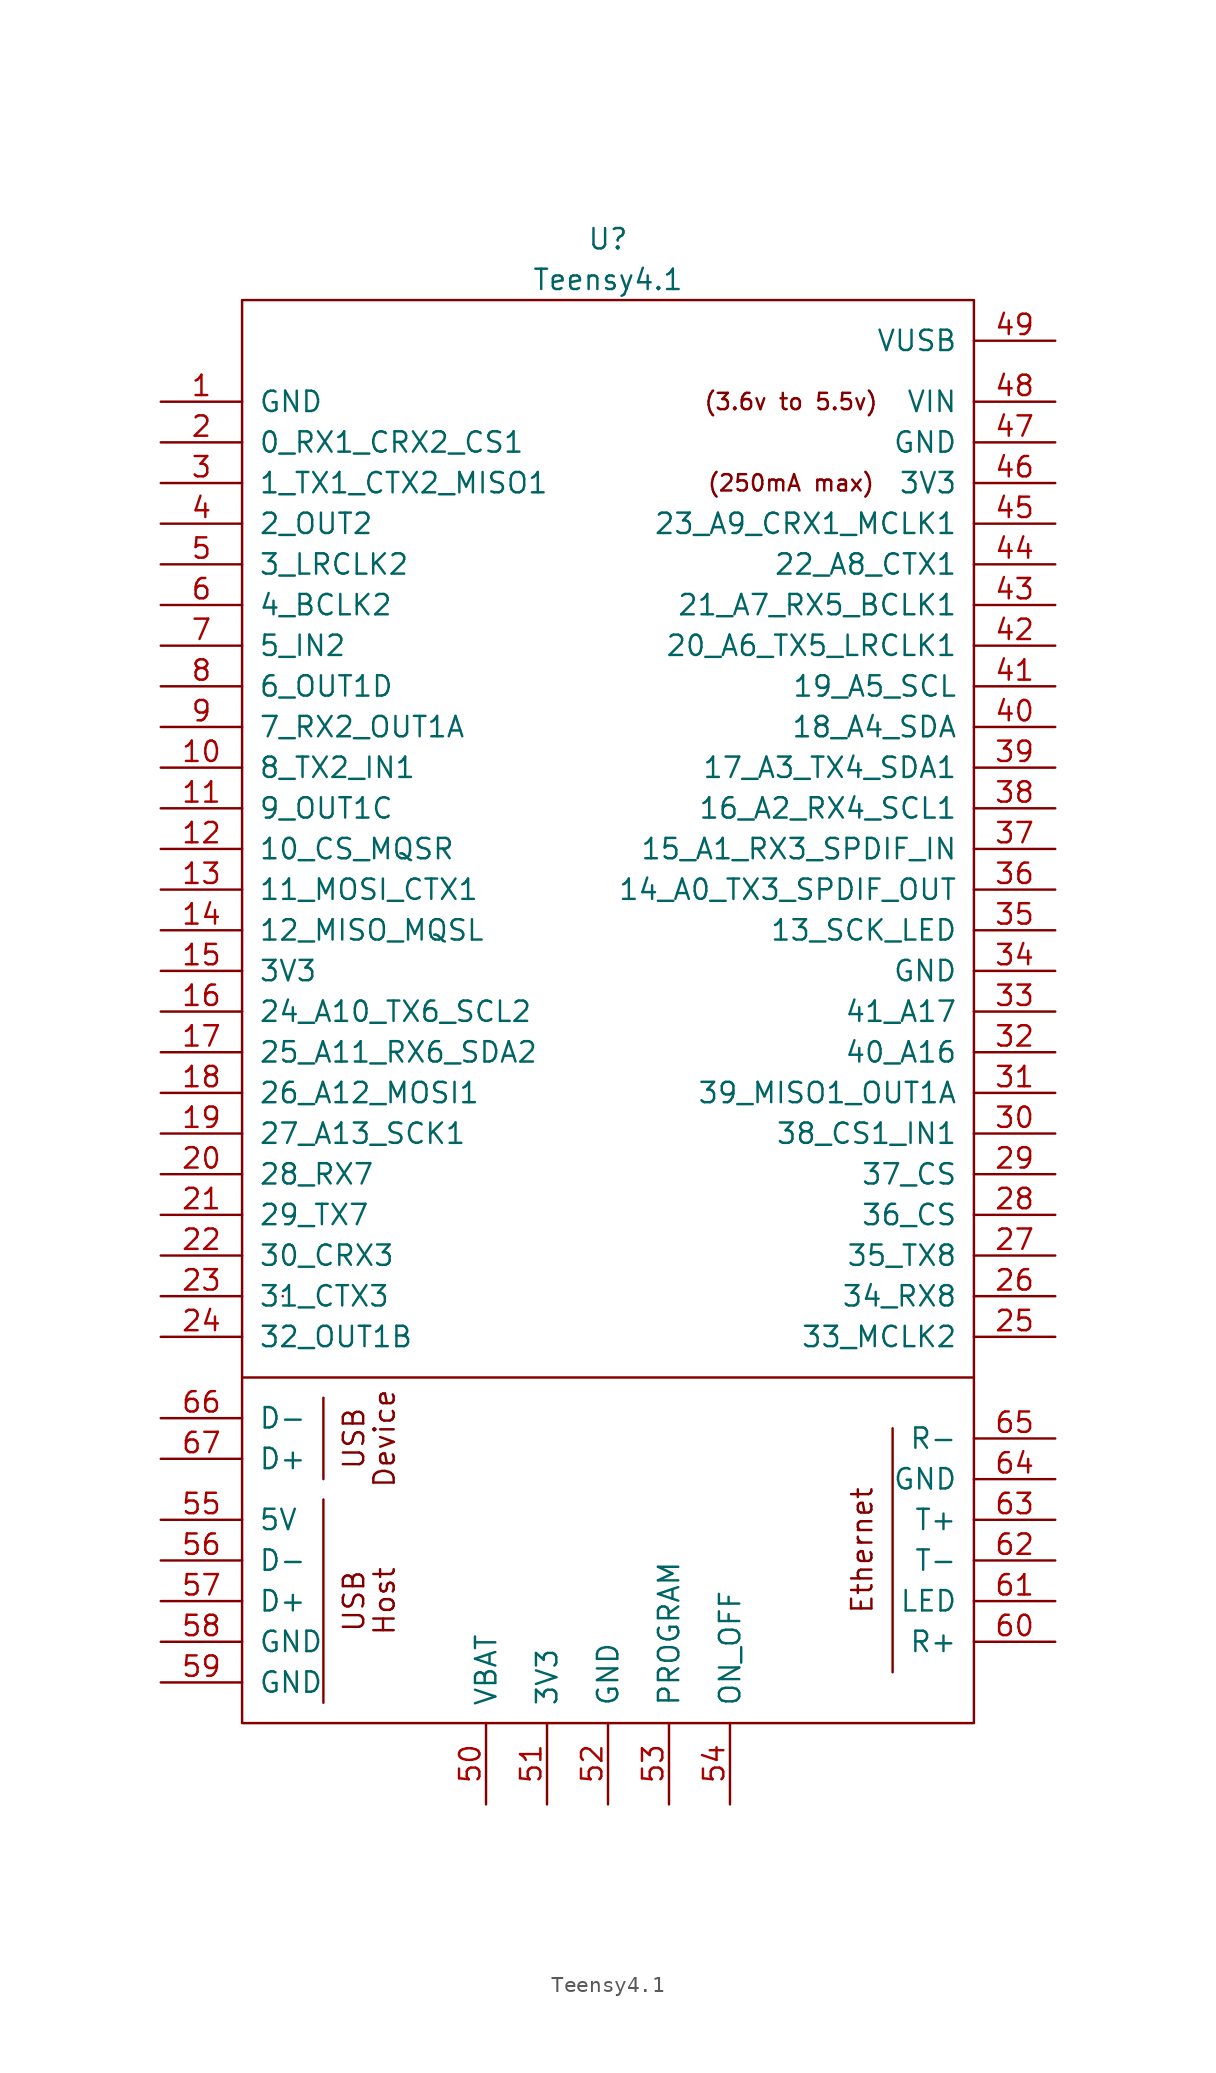
<source format=kicad_sym>
(kicad_symbol_lib
  (version 20241209)
  (generator "kicad_symbol_editor")
  (generator_version "9.0")
  (symbol "Teensy4.1"
    (pin_names
      (offset 1.016))
    (property "Reference" "U"
      (at 0 64.77 0)
      (effects (font (size 1.27 1.27))))
    (property "Value" "Teensy4.1"
      (at 0 62.23 0)
      (effects (font (size 1.27 1.27))))
    (symbol "Teensy4.1_0_0"
      (polyline (pts (xy -22.86 -6.35) (xy 22.86 -6.35)) (stroke (width 0) (type solid)) (fill (type none)))
      (polyline (pts (xy -17.78 -7.62) (xy -17.78 -12.7)) (stroke (width 0) (type solid)) (fill (type none)))
      (polyline (pts (xy -17.78 -26.67) (xy -17.78 -13.97)) (stroke (width 0) (type solid)) (fill (type none)))
      (polyline (pts (xy 17.78 -9.525) (xy 17.78 -24.765)) (stroke (width 0) (type solid)) (fill (type none)))
      (text "USB" (at -15.875 -10.16 900) (effects (font (size 1.27 1.27))))
      (text "USB" (at -15.875 -20.32 900) (effects (font (size 1.27 1.27))))
      (text "Device" (at -13.97 -10.16 900) (effects (font (size 1.27 1.27))))
      (text "Host" (at -13.97 -20.32 900) (effects (font (size 1.27 1.27))))
      (text "(3.6v to 5.5v)" (at 11.43 54.61 0) (effects (font (size 1.016 1.016))))
      (text "(250mA max)" (at 11.43 49.53 0) (effects (font (size 1.016 1.016))))
      (text "Ethernet" (at 15.875 -17.145 900) (effects (font (size 1.27 1.27))))
      (pin bidirectional line (at -27.94 44.45 0) (length 5.08) (name "3_LRCLK2" (effects (font (size 1.27 1.27)))) (number "5" (effects (font (size 1.27 1.27)))))
      (pin bidirectional line (at -27.94 41.91 0) (length 5.08) (name "4_BCLK2" (effects (font (size 1.27 1.27)))) (number "6" (effects (font (size 1.27 1.27)))))
      (pin bidirectional line (at -27.94 39.37 0) (length 5.08) (name "5_IN2" (effects (font (size 1.27 1.27)))) (number "7" (effects (font (size 1.27 1.27)))))
      (pin bidirectional line (at -27.94 36.83 0) (length 5.08) (name "6_OUT1D" (effects (font (size 1.27 1.27)))) (number "8" (effects (font (size 1.27 1.27)))))
      (pin bidirectional line (at -27.94 34.29 0) (length 5.08) (name "7_RX2_OUT1A" (effects (font (size 1.27 1.27)))) (number "9" (effects (font (size 1.27 1.27)))))
      (pin bidirectional line (at -27.94 31.75 0) (length 5.08) (name "8_TX2_IN1" (effects (font (size 1.27 1.27)))) (number "10" (effects (font (size 1.27 1.27)))))
      (pin bidirectional line (at -27.94 29.21 0) (length 5.08) (name "9_OUT1C" (effects (font (size 1.27 1.27)))) (number "11" (effects (font (size 1.27 1.27)))))
      (pin bidirectional line (at -27.94 26.67 0) (length 5.08) (name "10_CS_MQSR" (effects (font (size 1.27 1.27)))) (number "12" (effects (font (size 1.27 1.27)))))
      (pin bidirectional line (at -27.94 24.13 0) (length 5.08) (name "11_MOSI_CTX1" (effects (font (size 1.27 1.27)))) (number "13" (effects (font (size 1.27 1.27)))))
      (pin bidirectional line (at -27.94 21.59 0) (length 5.08) (name "12_MISO_MQSL" (effects (font (size 1.27 1.27)))) (number "14" (effects (font (size 1.27 1.27)))))
      (pin power_in line (at -27.94 19.05 0) (length 5.08) (name "3V3" (effects (font (size 1.27 1.27)))) (number "15" (effects (font (size 1.27 1.27)))))
      (pin bidirectional line (at -27.94 16.51 0) (length 5.08) (name "24_A10_TX6_SCL2" (effects (font (size 1.27 1.27)))) (number "16" (effects (font (size 1.27 1.27)))))
      (pin bidirectional line (at -27.94 13.97 0) (length 5.08) (name "25_A11_RX6_SDA2" (effects (font (size 1.27 1.27)))) (number "17" (effects (font (size 1.27 1.27)))))
      (pin bidirectional line (at -27.94 11.43 0) (length 5.08) (name "26_A12_MOSI1" (effects (font (size 1.27 1.27)))) (number "18" (effects (font (size 1.27 1.27)))))
      (pin bidirectional line (at -27.94 8.89 0) (length 5.08) (name "27_A13_SCK1" (effects (font (size 1.27 1.27)))) (number "19" (effects (font (size 1.27 1.27)))))
      (pin bidirectional line (at -27.94 6.35 0) (length 5.08) (name "28_RX7" (effects (font (size 1.27 1.27)))) (number "20" (effects (font (size 1.27 1.27)))))
      (pin bidirectional line (at -27.94 3.81 0) (length 5.08) (name "29_TX7" (effects (font (size 1.27 1.27)))) (number "21" (effects (font (size 1.27 1.27)))))
      (pin bidirectional line (at -27.94 1.27 0) (length 5.08) (name "30_CRX3" (effects (font (size 1.27 1.27)))) (number "22" (effects (font (size 1.27 1.27)))))
      (pin bidirectional line (at -27.94 -1.27 0) (length 5.08) (name "31_CTX3" (effects (font (size 1.27 1.27)))) (number "23" (effects (font (size 1.27 1.27)))))
      (pin bidirectional line (at -27.94 -3.81 0) (length 5.08) (name "32_OUT1B" (effects (font (size 1.27 1.27)))) (number "24" (effects (font (size 1.27 1.27)))))
      (pin bidirectional line (at -27.94 -8.89 0) (length 5.08) (name "D-" (effects (font (size 1.27 1.27)))) (number "66" (effects (font (size 1.27 1.27)))))
      (pin bidirectional line (at -27.94 -11.43 0) (length 5.08) (name "D+" (effects (font (size 1.27 1.27)))) (number "67" (effects (font (size 1.27 1.27)))))
      (pin power_out line (at -27.94 -15.24 0) (length 5.08) (name "5V" (effects (font (size 1.27 1.27)))) (number "55" (effects (font (size 1.27 1.27)))))
      (pin bidirectional line (at -27.94 -17.78 0) (length 5.08) (name "D-" (effects (font (size 1.27 1.27)))) (number "56" (effects (font (size 1.27 1.27)))))
      (pin bidirectional line (at -27.94 -20.32 0) (length 5.08) (name "D+" (effects (font (size 1.27 1.27)))) (number "57" (effects (font (size 1.27 1.27)))))
      (pin power_in line (at -27.94 -22.86 0) (length 5.08) (name "GND" (effects (font (size 1.27 1.27)))) (number "58" (effects (font (size 1.27 1.27)))))
      (pin power_in line (at -27.94 -25.4 0) (length 5.08) (name "GND" (effects (font (size 1.27 1.27)))) (number "59" (effects (font (size 1.27 1.27)))))
      (pin power_in line (at -7.62 -33.02 90) (length 5.08) (name "VBAT" (effects (font (size 1.27 1.27)))) (number "50" (effects (font (size 1.27 1.27)))))
      (pin power_in line (at -3.81 -33.02 90) (length 5.08) (name "3V3" (effects (font (size 1.27 1.27)))) (number "51" (effects (font (size 1.27 1.27)))))
      (pin input line (at 0 -33.02 90) (length 5.08) (name "GND" (effects (font (size 1.27 1.27)))) (number "52" (effects (font (size 1.27 1.27)))))
      (pin input line (at 3.81 -33.02 90) (length 5.08) (name "PROGRAM" (effects (font (size 1.27 1.27)))) (number "53" (effects (font (size 1.27 1.27)))))
      (pin input line (at 7.62 -33.02 90) (length 5.08) (name "ON_OFF" (effects (font (size 1.27 1.27)))) (number "54" (effects (font (size 1.27 1.27)))))
      (pin power_out line (at 27.94 58.42 180) (length 5.08) (name "VUSB" (effects (font (size 1.27 1.27)))) (number "49" (effects (font (size 1.27 1.27)))))
      (pin power_in line (at 27.94 54.61 180) (length 5.08) (name "VIN" (effects (font (size 1.27 1.27)))) (number "48" (effects (font (size 1.27 1.27)))))
      (pin bidirectional line (at 27.94 46.99 180) (length 5.08) (name "23_A9_CRX1_MCLK1" (effects (font (size 1.27 1.27)))) (number "45" (effects (font (size 1.27 1.27)))))
      (pin bidirectional line (at 27.94 44.45 180) (length 5.08) (name "22_A8_CTX1" (effects (font (size 1.27 1.27)))) (number "44" (effects (font (size 1.27 1.27)))))
      (pin bidirectional line (at 27.94 41.91 180) (length 5.08) (name "21_A7_RX5_BCLK1" (effects (font (size 1.27 1.27)))) (number "43" (effects (font (size 1.27 1.27)))))
      (pin bidirectional line (at 27.94 39.37 180) (length 5.08) (name "20_A6_TX5_LRCLK1" (effects (font (size 1.27 1.27)))) (number "42" (effects (font (size 1.27 1.27)))))
      (pin bidirectional line (at 27.94 36.83 180) (length 5.08) (name "19_A5_SCL" (effects (font (size 1.27 1.27)))) (number "41" (effects (font (size 1.27 1.27)))))
      (pin bidirectional line (at 27.94 34.29 180) (length 5.08) (name "18_A4_SDA" (effects (font (size 1.27 1.27)))) (number "40" (effects (font (size 1.27 1.27)))))
      (pin bidirectional line (at 27.94 31.75 180) (length 5.08) (name "17_A3_TX4_SDA1" (effects (font (size 1.27 1.27)))) (number "39" (effects (font (size 1.27 1.27)))))
      (pin bidirectional line (at 27.94 29.21 180) (length 5.08) (name "16_A2_RX4_SCL1" (effects (font (size 1.27 1.27)))) (number "38" (effects (font (size 1.27 1.27)))))
      (pin bidirectional line (at 27.94 26.67 180) (length 5.08) (name "15_A1_RX3_SPDIF_IN" (effects (font (size 1.27 1.27)))) (number "37" (effects (font (size 1.27 1.27)))))
      (pin bidirectional line (at 27.94 24.13 180) (length 5.08) (name "14_A0_TX3_SPDIF_OUT" (effects (font (size 1.27 1.27)))) (number "36" (effects (font (size 1.27 1.27)))))
      (pin bidirectional line (at 27.94 21.59 180) (length 5.08) (name "13_SCK_LED" (effects (font (size 1.27 1.27)))) (number "35" (effects (font (size 1.27 1.27)))))
      (pin bidirectional line (at 27.94 16.51 180) (length 5.08) (name "41_A17" (effects (font (size 1.27 1.27)))) (number "33" (effects (font (size 1.27 1.27)))))
      (pin bidirectional line (at 27.94 13.97 180) (length 5.08) (name "40_A16" (effects (font (size 1.27 1.27)))) (number "32" (effects (font (size 1.27 1.27)))))
      (pin bidirectional line (at 27.94 11.43 180) (length 5.08) (name "39_MISO1_OUT1A" (effects (font (size 1.27 1.27)))) (number "31" (effects (font (size 1.27 1.27)))))
      (pin bidirectional line (at 27.94 8.89 180) (length 5.08) (name "38_CS1_IN1" (effects (font (size 1.27 1.27)))) (number "30" (effects (font (size 1.27 1.27)))))
      (pin bidirectional line (at 27.94 6.35 180) (length 5.08) (name "37_CS" (effects (font (size 1.27 1.27)))) (number "29" (effects (font (size 1.27 1.27)))))
      (pin bidirectional line (at 27.94 3.81 180) (length 5.08) (name "36_CS" (effects (font (size 1.27 1.27)))) (number "28" (effects (font (size 1.27 1.27)))))
      (pin bidirectional line (at 27.94 1.27 180) (length 5.08) (name "35_TX8" (effects (font (size 1.27 1.27)))) (number "27" (effects (font (size 1.27 1.27)))))
      (pin bidirectional line (at 27.94 -1.27 180) (length 5.08) (name "34_RX8" (effects (font (size 1.27 1.27)))) (number "26" (effects (font (size 1.27 1.27)))))
      (pin bidirectional line (at 27.94 -3.81 180) (length 5.08) (name "33_MCLK2" (effects (font (size 1.27 1.27)))) (number "25" (effects (font (size 1.27 1.27)))))
      (pin bidirectional line (at 27.94 -10.16 180) (length 5.08) (name "R-" (effects (font (size 1.27 1.27)))) (number "65" (effects (font (size 1.27 1.27)))))
      (pin power_in line (at 27.94 -12.7 180) (length 5.08) (name "GND" (effects (font (size 1.27 1.27)))) (number "64" (effects (font (size 1.27 1.27)))))
      (pin bidirectional line (at 27.94 -15.24 180) (length 5.08) (name "T+" (effects (font (size 1.27 1.27)))) (number "63" (effects (font (size 1.27 1.27)))))
      (pin bidirectional line (at 27.94 -17.78 180) (length 5.08) (name "T-" (effects (font (size 1.27 1.27)))) (number "62" (effects (font (size 1.27 1.27)))))
      (pin bidirectional line (at 27.94 -20.32 180) (length 5.08) (name "LED" (effects (font (size 1.27 1.27)))) (number "61" (effects (font (size 1.27 1.27)))))
      (pin bidirectional line (at 27.94 -22.86 180) (length 5.08) (name "R+" (effects (font (size 1.27 1.27)))) (number "60" (effects (font (size 1.27 1.27))))))
    (symbol "Teensy4.1_0_1"
      (rectangle (start -22.86 60.96) (end 22.86 -27.94) (stroke (width 0) (type solid)) (fill (type none)))
      (rectangle (start -20.32 -1.27) (end -20.32 -1.27) (stroke (width 0) (type solid)) (fill (type none))))
    (symbol "Teensy4.1_1_0"
      (pin power_in line (at 27.94 52.07 180) (length 5.08) (name "GND" (effects (font (size 1.27 1.27)))) (number "47" (effects (font (size 1.27 1.27)))))
      (pin power_in line (at 27.94 49.53 180) (length 5.08) (name "3V3" (effects (font (size 1.27 1.27)))) (number "46" (effects (font (size 1.27 1.27))))))
    (symbol "Teensy4.1_1_1"
      (pin power_in line (at -27.94 54.61 0) (length 5.08) (name "GND" (effects (font (size 1.27 1.27)))) (number "1" (effects (font (size 1.27 1.27)))))
      (pin bidirectional line (at -27.94 52.07 0) (length 5.08) (name "0_RX1_CRX2_CS1" (effects (font (size 1.27 1.27)))) (number "2" (effects (font (size 1.27 1.27)))))
      (pin bidirectional line (at -27.94 49.53 0) (length 5.08) (name "1_TX1_CTX2_MISO1" (effects (font (size 1.27 1.27)))) (number "3" (effects (font (size 1.27 1.27)))))
      (pin bidirectional line (at -27.94 46.99 0) (length 5.08) (name "2_OUT2" (effects (font (size 1.27 1.27)))) (number "4" (effects (font (size 1.27 1.27)))))
      (pin power_in line (at 27.94 19.05 180) (length 5.08) (name "GND" (effects (font (size 1.27 1.27)))) (number "34" (effects (font (size 1.27 1.27))))))))
</source>
